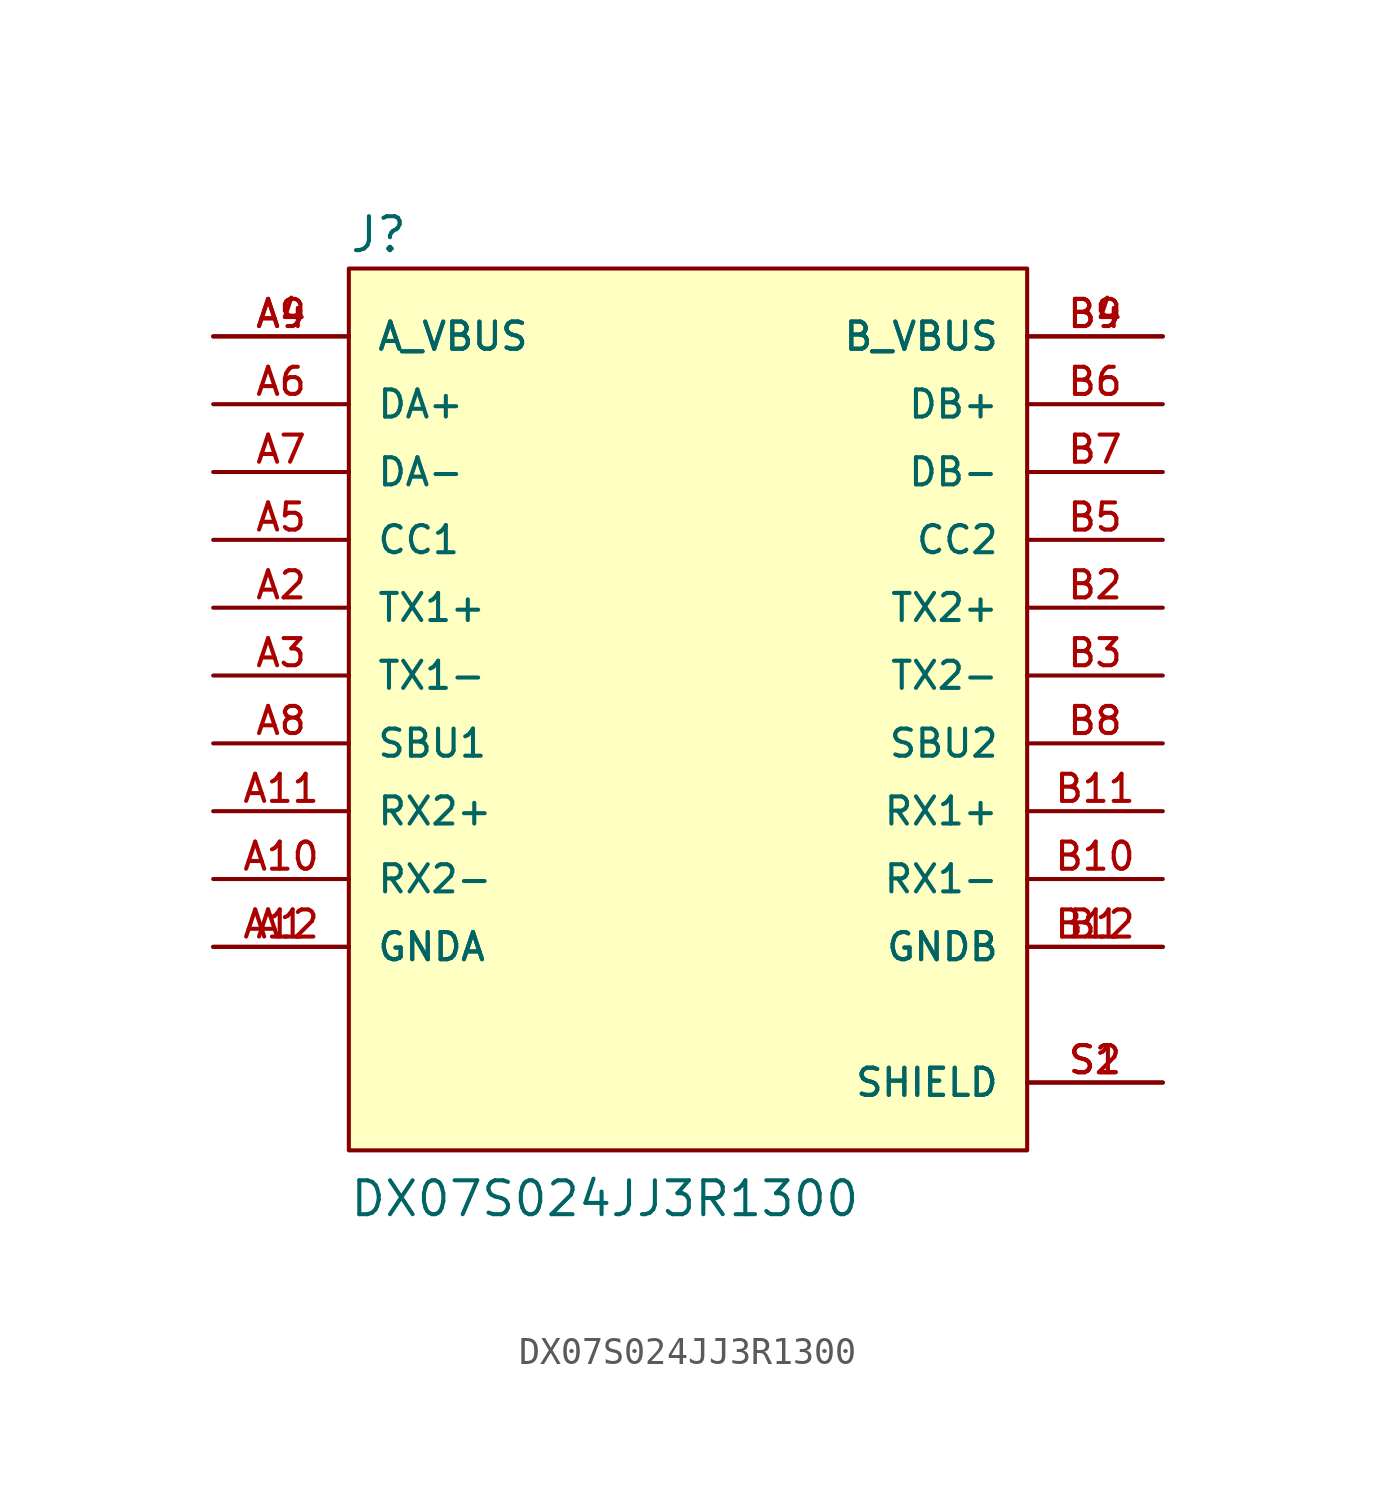
<source format=kicad_sym>
(kicad_symbol_lib
  (version 20211014)
  (generator kicad_symbol_editor)
  (symbol "DX07S024JJ3R1300"
    (pin_names
      (offset 1.016))
    (property "Reference" "J"
      (at -12.713 18.306 0)
      (effects (font (size 1.27 1.27)) (justify bottom left)))
    (property "Value" "DX07S024JJ3R1300"
      (at -12.71 -17.794 0)
      (effects (font (size 1.27 1.27)) (justify bottom left)))
    (symbol "DX07S024JJ3R1300_0_0"
      (rectangle (start -12.7 -15.24) (end 12.7 17.78) (stroke (width 0.152)) (fill (type background)))
      (pin passive line (at -17.78 -7.62 0) (length 5.08) (name "GNDA" (effects (font (size 1.016 1.016)))) (number "A1" (effects (font (size 1.016 1.016)))))
      (pin passive line (at -17.78 -7.62 0) (length 5.08) (name "GNDA" (effects (font (size 1.016 1.016)))) (number "A12" (effects (font (size 1.016 1.016)))))
      (pin passive line (at -17.78 5.08 0) (length 5.08) (name "TX1+" (effects (font (size 1.016 1.016)))) (number "A2" (effects (font (size 1.016 1.016)))))
      (pin passive line (at -17.78 2.54 0) (length 5.08) (name "TX1-" (effects (font (size 1.016 1.016)))) (number "A3" (effects (font (size 1.016 1.016)))))
      (pin passive line (at -17.78 15.24 0) (length 5.08) (name "A_VBUS" (effects (font (size 1.016 1.016)))) (number "A4" (effects (font (size 1.016 1.016)))))
      (pin passive line (at -17.78 15.24 0) (length 5.08) (name "A_VBUS" (effects (font (size 1.016 1.016)))) (number "A9" (effects (font (size 1.016 1.016)))))
      (pin passive line (at -17.78 7.62 0) (length 5.08) (name "CC1" (effects (font (size 1.016 1.016)))) (number "A5" (effects (font (size 1.016 1.016)))))
      (pin passive line (at -17.78 12.7 0) (length 5.08) (name "DA+" (effects (font (size 1.016 1.016)))) (number "A6" (effects (font (size 1.016 1.016)))))
      (pin passive line (at -17.78 10.16 0) (length 5.08) (name "DA-" (effects (font (size 1.016 1.016)))) (number "A7" (effects (font (size 1.016 1.016)))))
      (pin passive line (at -17.78 0.0 0) (length 5.08) (name "SBU1" (effects (font (size 1.016 1.016)))) (number "A8" (effects (font (size 1.016 1.016)))))
      (pin passive line (at -17.78 -5.08 0) (length 5.08) (name "RX2-" (effects (font (size 1.016 1.016)))) (number "A10" (effects (font (size 1.016 1.016)))))
      (pin passive line (at -17.78 -2.54 0) (length 5.08) (name "RX2+" (effects (font (size 1.016 1.016)))) (number "A11" (effects (font (size 1.016 1.016)))))
      (pin passive line (at 17.78 -7.62 180.0) (length 5.08) (name "GNDB" (effects (font (size 1.016 1.016)))) (number "B1" (effects (font (size 1.016 1.016)))))
      (pin passive line (at 17.78 -7.62 180.0) (length 5.08) (name "GNDB" (effects (font (size 1.016 1.016)))) (number "B12" (effects (font (size 1.016 1.016)))))
      (pin passive line (at 17.78 -2.54 180.0) (length 5.08) (name "RX1+" (effects (font (size 1.016 1.016)))) (number "B11" (effects (font (size 1.016 1.016)))))
      (pin passive line (at 17.78 -5.08 180.0) (length 5.08) (name "RX1-" (effects (font (size 1.016 1.016)))) (number "B10" (effects (font (size 1.016 1.016)))))
      (pin passive line (at 17.78 15.24 180.0) (length 5.08) (name "B_VBUS" (effects (font (size 1.016 1.016)))) (number "B4" (effects (font (size 1.016 1.016)))))
      (pin passive line (at 17.78 15.24 180.0) (length 5.08) (name "B_VBUS" (effects (font (size 1.016 1.016)))) (number "B9" (effects (font (size 1.016 1.016)))))
      (pin passive line (at 17.78 0.0 180.0) (length 5.08) (name "SBU2" (effects (font (size 1.016 1.016)))) (number "B8" (effects (font (size 1.016 1.016)))))
      (pin passive line (at 17.78 10.16 180.0) (length 5.08) (name "DB-" (effects (font (size 1.016 1.016)))) (number "B7" (effects (font (size 1.016 1.016)))))
      (pin passive line (at 17.78 12.7 180.0) (length 5.08) (name "DB+" (effects (font (size 1.016 1.016)))) (number "B6" (effects (font (size 1.016 1.016)))))
      (pin passive line (at 17.78 7.62 180.0) (length 5.08) (name "CC2" (effects (font (size 1.016 1.016)))) (number "B5" (effects (font (size 1.016 1.016)))))
      (pin passive line (at 17.78 2.54 180.0) (length 5.08) (name "TX2-" (effects (font (size 1.016 1.016)))) (number "B3" (effects (font (size 1.016 1.016)))))
      (pin passive line (at 17.78 5.08 180.0) (length 5.08) (name "TX2+" (effects (font (size 1.016 1.016)))) (number "B2" (effects (font (size 1.016 1.016)))))
      (pin passive line (at 17.78 -12.7 180.0) (length 5.08) (name "SHIELD" (effects (font (size 1.016 1.016)))) (number "S1" (effects (font (size 1.016 1.016)))))
      (pin passive line (at 17.78 -12.7 180.0) (length 5.08) (name "SHIELD" (effects (font (size 1.016 1.016)))) (number "S2" (effects (font (size 1.016 1.016))))))))
</source>
